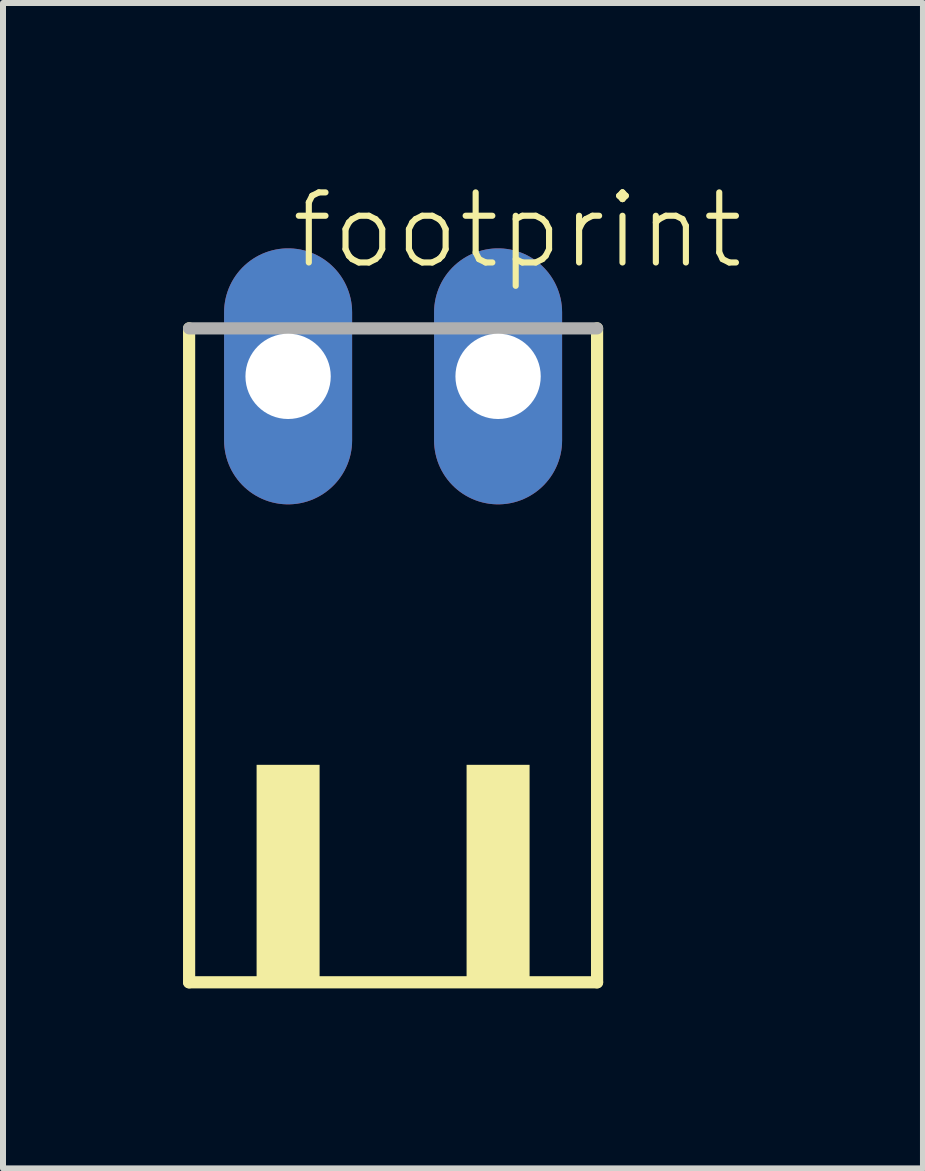
<source format=kicad_pcb>
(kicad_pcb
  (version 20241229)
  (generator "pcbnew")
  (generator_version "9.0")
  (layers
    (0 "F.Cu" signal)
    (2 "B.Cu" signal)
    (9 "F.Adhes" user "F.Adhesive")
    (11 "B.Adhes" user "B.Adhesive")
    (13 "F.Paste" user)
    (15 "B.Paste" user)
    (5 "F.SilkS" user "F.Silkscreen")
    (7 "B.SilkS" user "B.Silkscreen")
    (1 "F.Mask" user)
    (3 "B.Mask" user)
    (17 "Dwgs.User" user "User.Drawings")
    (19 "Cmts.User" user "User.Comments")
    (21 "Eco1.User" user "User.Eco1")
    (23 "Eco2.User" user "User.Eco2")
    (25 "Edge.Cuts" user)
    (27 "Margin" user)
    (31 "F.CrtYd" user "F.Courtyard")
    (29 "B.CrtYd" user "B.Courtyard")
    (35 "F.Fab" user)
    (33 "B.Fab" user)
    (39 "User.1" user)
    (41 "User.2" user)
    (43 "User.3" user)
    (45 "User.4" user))
  (footprint "footprint"
    (layer "F.Cu")
    (at 3.502 8.473)
    (property "Reference" "footprint" (at -1.75 -7 0) (layer "F.SilkS") (effects (font (size 1.168 1.168) (thickness 0.102)) (justify left bottom)))
    (fp_line (start -3.4 -6.05) (end -3.4 4.85) (stroke (width 0.203) (type solid)) (layer "F.SilkS"))
    (fp_line (start -3.4 4.85) (end 3.4 4.85) (stroke (width 0.203) (type solid)) (layer "F.SilkS"))
    (fp_line (start 3.4 4.85) (end 3.4 -6.05) (stroke (width 0.203) (type solid)) (layer "F.SilkS"))
    (fp_poly (pts (xy -2.275 4.9) (xy -1.225 4.9) (xy -1.225 1.225) (xy -2.275 1.225)) (stroke (width 0) (type solid)) (fill yes) (layer "F.SilkS"))
    (fp_poly (pts (xy 1.225 4.9) (xy 2.275 4.9) (xy 2.275 1.225) (xy 1.225 1.225)) (stroke (width 0) (type solid)) (fill yes) (layer "F.SilkS"))
    (fp_line (start 3.4 -6.05) (end -3.4 -6.05) (stroke (width 0.203) (type solid)) (layer "F.Fab"))
    (pad "1" thru_hole oval (at -1.75 -5.25 90) (size 4.267 2.134) (drill 1.422) (layers "*.Cu" "*.Mask"))
    (pad "2" thru_hole oval (at 1.75 -5.25 90) (size 4.267 2.134) (drill 1.422) (layers "*.Cu" "*.Mask")))
  (gr_rect
    (start -3 -3)
    (end 12.334 16.425)
    (stroke (width 0.1) (type default))
    (fill no)
    (layer "Edge.Cuts")))
</source>
